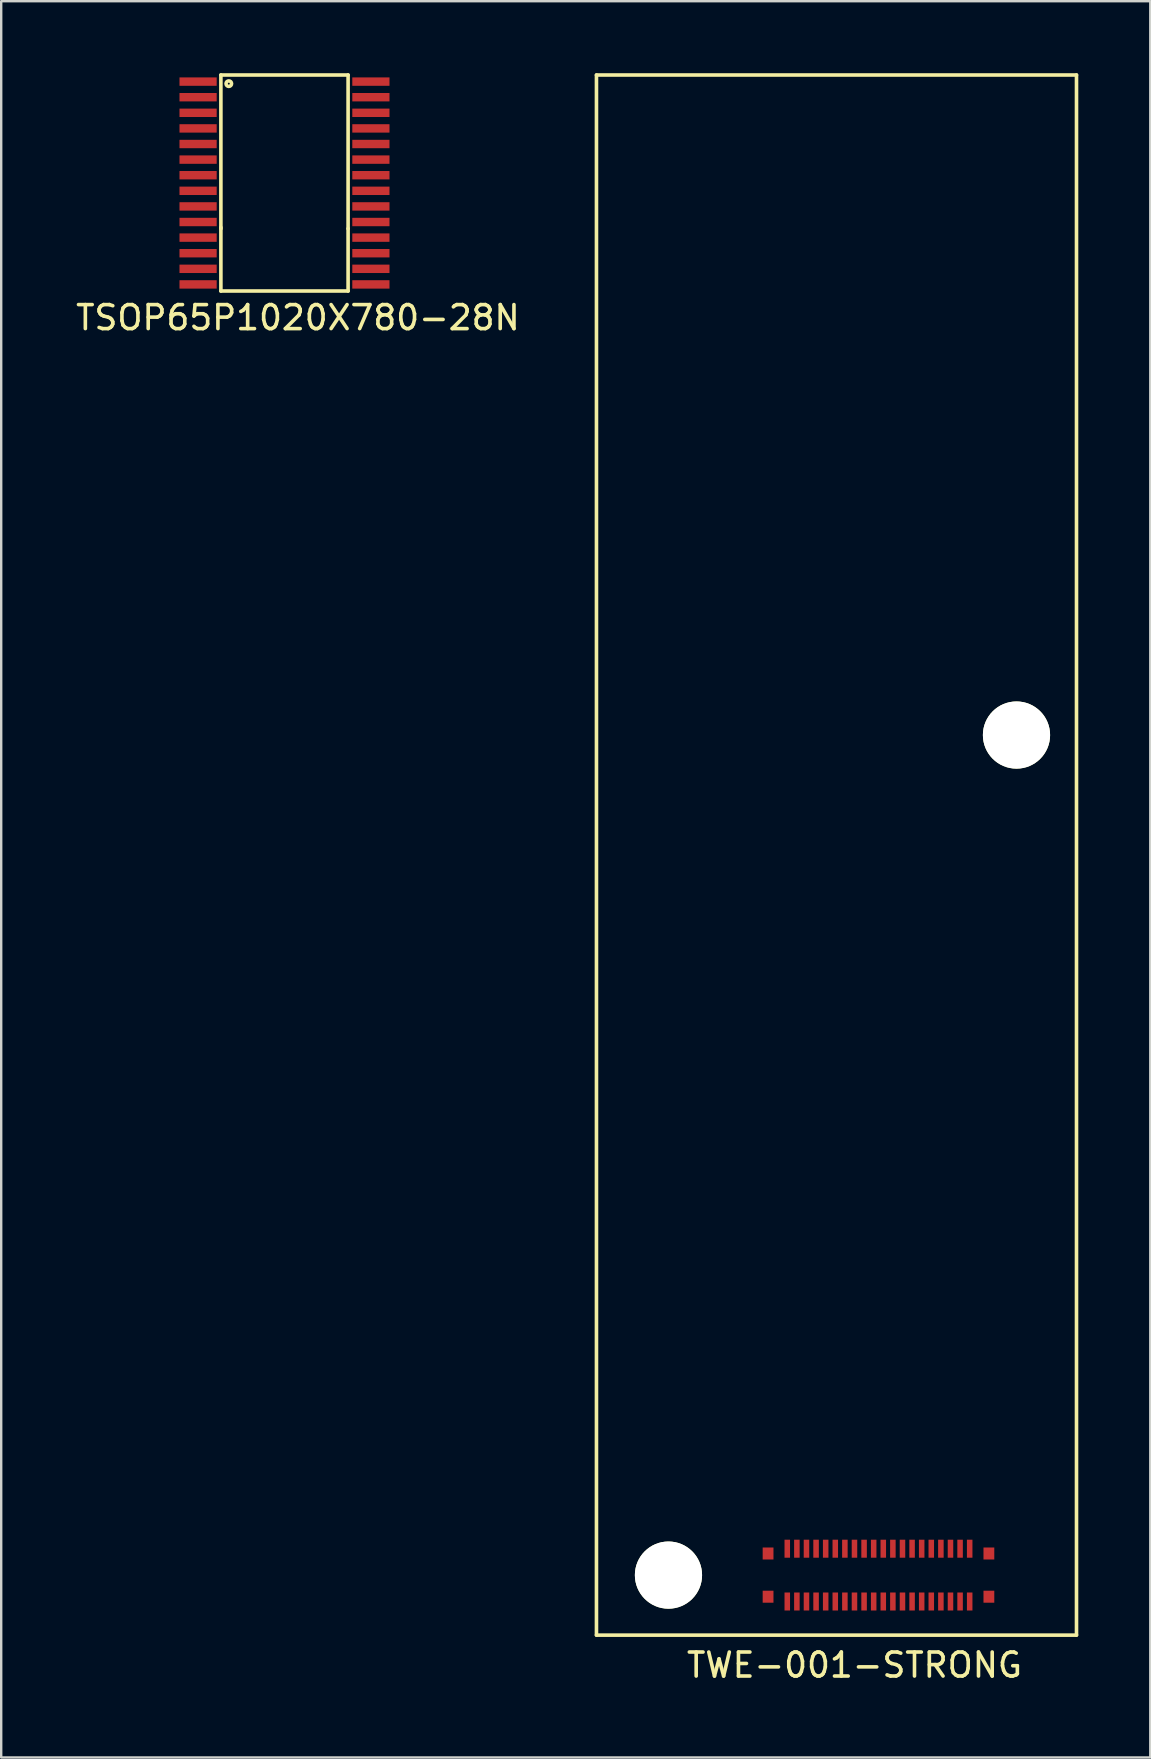
<source format=kicad_pcb>
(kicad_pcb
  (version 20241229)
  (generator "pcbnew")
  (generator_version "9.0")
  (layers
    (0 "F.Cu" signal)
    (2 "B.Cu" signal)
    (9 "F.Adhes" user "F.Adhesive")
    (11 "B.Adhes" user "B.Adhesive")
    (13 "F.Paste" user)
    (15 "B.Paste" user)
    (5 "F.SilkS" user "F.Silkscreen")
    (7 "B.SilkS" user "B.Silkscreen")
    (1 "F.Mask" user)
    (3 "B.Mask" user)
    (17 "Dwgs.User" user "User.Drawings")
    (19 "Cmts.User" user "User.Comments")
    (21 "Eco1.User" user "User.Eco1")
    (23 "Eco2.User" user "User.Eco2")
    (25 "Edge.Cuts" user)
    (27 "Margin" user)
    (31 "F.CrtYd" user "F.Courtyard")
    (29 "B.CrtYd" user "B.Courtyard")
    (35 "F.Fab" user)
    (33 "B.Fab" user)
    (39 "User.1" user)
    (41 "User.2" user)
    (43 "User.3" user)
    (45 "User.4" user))
  (footprint "TWE-001-STRONG"
    (layer "F.Cu")
    (at 31.801 30.075)
    (property "Reference" "TWE-001-STRONG" (at 0.75 36.25 0) (layer "F.SilkS") (effects (font (size 1 1) (thickness 0.15))))
    (attr through_hole)
    (fp_line (start -10 -30) (end -10 35) (stroke (width 0.15) (type solid)) (layer "F.SilkS"))
    (fp_line (start -10 -30) (end 10 -30) (stroke (width 0.15) (type solid)) (layer "F.SilkS"))
    (fp_line (start -10 35) (end 10 35) (stroke (width 0.15) (type solid)) (layer "F.SilkS"))
    (fp_line (start 10 35) (end 10 -30) (stroke (width 0.15) (type solid)) (layer "F.SilkS"))
    (pad "" np_thru_hole circle (at -7 32.5) (size 2.8 2.8) (drill 2.8) (layers "*.Cu" "*.Mask" "F.SilkS"))
    (pad "" np_thru_hole circle (at 7.5 -2.5) (size 2.8 2.8) (drill 2.8) (layers "*.Cu" "*.Mask" "F.SilkS"))
    (pad "1" smd rect (at 5.55 33.6) (size 0.23 0.75) (layers "F.Cu" "F.Mask" "F.Paste"))
    (pad "2" smd rect (at 5.55 31.4) (size 0.23 0.75) (layers "F.Cu" "F.Mask" "F.Paste"))
    (pad "3" smd rect (at 5.15 33.6) (size 0.23 0.75) (layers "F.Cu" "F.Mask" "F.Paste"))
    (pad "4" smd rect (at 5.15 31.4) (size 0.23 0.75) (layers "F.Cu" "F.Mask" "F.Paste"))
    (pad "5" smd rect (at 4.75 33.6) (size 0.23 0.75) (layers "F.Cu" "F.Mask" "F.Paste"))
    (pad "6" smd rect (at 4.75 31.4) (size 0.23 0.75) (layers "F.Cu" "F.Mask" "F.Paste"))
    (pad "7" smd rect (at 4.35 33.6) (size 0.23 0.75) (layers "F.Cu" "F.Mask" "F.Paste"))
    (pad "8" smd rect (at 4.35 31.4) (size 0.23 0.75) (layers "F.Cu" "F.Mask" "F.Paste"))
    (pad "9" smd rect (at 3.95 33.6) (size 0.23 0.75) (layers "F.Cu" "F.Mask" "F.Paste"))
    (pad "10" smd rect (at 3.95 31.4) (size 0.23 0.75) (layers "F.Cu" "F.Mask" "F.Paste"))
    (pad "11" smd rect (at 3.55 33.6) (size 0.23 0.75) (layers "F.Cu" "F.Mask" "F.Paste"))
    (pad "12" smd rect (at 3.55 31.4) (size 0.23 0.75) (layers "F.Cu" "F.Mask" "F.Paste"))
    (pad "13" smd rect (at 3.15 33.6) (size 0.23 0.75) (layers "F.Cu" "F.Mask" "F.Paste"))
    (pad "14" smd rect (at 3.15 31.4) (size 0.23 0.75) (layers "F.Cu" "F.Mask" "F.Paste"))
    (pad "15" smd rect (at 2.75 33.6) (size 0.23 0.75) (layers "F.Cu" "F.Mask" "F.Paste"))
    (pad "16" smd rect (at 2.75 31.4) (size 0.23 0.75) (layers "F.Cu" "F.Mask" "F.Paste"))
    (pad "17" smd rect (at 2.35 33.6) (size 0.23 0.75) (layers "F.Cu" "F.Mask" "F.Paste"))
    (pad "18" smd rect (at 2.35 31.4) (size 0.23 0.75) (layers "F.Cu" "F.Mask" "F.Paste"))
    (pad "19" smd rect (at 1.95 33.6) (size 0.23 0.75) (layers "F.Cu" "F.Mask" "F.Paste"))
    (pad "20" smd rect (at 1.95 31.4) (size 0.23 0.75) (layers "F.Cu" "F.Mask" "F.Paste"))
    (pad "21" smd rect (at 1.55 33.6) (size 0.23 0.75) (layers "F.Cu" "F.Mask" "F.Paste"))
    (pad "22" smd rect (at 1.55 31.4) (size 0.23 0.75) (layers "F.Cu" "F.Mask" "F.Paste"))
    (pad "23" smd rect (at 1.15 33.6) (size 0.23 0.75) (layers "F.Cu" "F.Mask" "F.Paste"))
    (pad "24" smd rect (at 1.15 31.4) (size 0.23 0.75) (layers "F.Cu" "F.Mask" "F.Paste"))
    (pad "25" smd rect (at 0.75 33.6) (size 0.23 0.75) (layers "F.Cu" "F.Mask" "F.Paste"))
    (pad "26" smd rect (at 0.75 31.4) (size 0.23 0.75) (layers "F.Cu" "F.Mask" "F.Paste"))
    (pad "27" smd rect (at 0.35 33.6) (size 0.23 0.75) (layers "F.Cu" "F.Mask" "F.Paste"))
    (pad "28" smd rect (at 0.35 31.4) (size 0.23 0.75) (layers "F.Cu" "F.Mask" "F.Paste"))
    (pad "29" smd rect (at -0.05 33.6) (size 0.23 0.75) (layers "F.Cu" "F.Mask" "F.Paste"))
    (pad "30" smd rect (at -0.05 31.4) (size 0.23 0.75) (layers "F.Cu" "F.Mask" "F.Paste"))
    (pad "31" smd rect (at -0.45 33.6) (size 0.23 0.75) (layers "F.Cu" "F.Mask" "F.Paste"))
    (pad "32" smd rect (at -0.45 31.4) (size 0.23 0.75) (layers "F.Cu" "F.Mask" "F.Paste"))
    (pad "33" smd rect (at -0.85 33.6) (size 0.23 0.75) (layers "F.Cu" "F.Mask" "F.Paste"))
    (pad "34" smd rect (at -0.85 31.4) (size 0.23 0.75) (layers "F.Cu" "F.Mask" "F.Paste"))
    (pad "35" smd rect (at -1.25 33.6) (size 0.23 0.75) (layers "F.Cu" "F.Mask" "F.Paste"))
    (pad "36" smd rect (at -1.25 31.4) (size 0.23 0.75) (layers "F.Cu" "F.Mask" "F.Paste"))
    (pad "37" smd rect (at -1.65 33.6) (size 0.23 0.75) (layers "F.Cu" "F.Mask" "F.Paste"))
    (pad "38" smd rect (at -1.65 31.4) (size 0.23 0.75) (layers "F.Cu" "F.Mask" "F.Paste"))
    (pad "39" smd rect (at -2.05 33.6) (size 0.23 0.75) (layers "F.Cu" "F.Mask" "F.Paste"))
    (pad "40" smd rect (at -2.05 31.4) (size 0.23 0.75) (layers "F.Cu" "F.Mask" "F.Paste"))
    (pad "42" smd rect (at 6.35 33.4) (size 0.45 0.5) (layers "F.Cu" "F.Mask" "F.Paste"))
    (pad "43" smd rect (at 6.35 31.6) (size 0.45 0.5) (layers "F.Cu" "F.Mask" "F.Paste"))
    (pad "44" smd rect (at -2.85 33.4) (size 0.45 0.5) (layers "F.Cu" "F.Mask" "F.Paste"))
    (pad "45" smd rect (at -2.85 31.6) (size 0.45 0.5) (layers "F.Cu" "F.Mask" "F.Paste")))
  (footprint "TSOP65P1020X780-28N"
    (layer "F.Cu")
    (at 8.803 4.575)
    (property "Reference" "TSOP65P1020X780-28N" (at 0.56 5.61 0) (layer "F.SilkS") (effects (font (size 1 1) (thickness 0.15))))
    (attr through_hole)
    (fp_line (start -2.65 -4.5) (end 2.65 -4.5) (stroke (width 0.15) (type solid)) (layer "F.SilkS"))
    (fp_line (start -2.65 1.85) (end -2.65 4.5) (stroke (width 0.15) (type solid)) (layer "F.SilkS"))
    (fp_line (start -2.65 1.9) (end -2.65 -4.5) (stroke (width 0.15) (type solid)) (layer "F.SilkS"))
    (fp_line (start 2.65 -4.5) (end 2.65 1.9) (stroke (width 0.15) (type solid)) (layer "F.SilkS"))
    (fp_line (start 2.65 1.9) (end 2.65 4.5) (stroke (width 0.15) (type solid)) (layer "F.SilkS"))
    (fp_line (start 2.65 4.5) (end -2.65 4.5) (stroke (width 0.15) (type solid)) (layer "F.SilkS"))
    (fp_circle (center -2.32 -4.14) (end -2.28 -4.14) (stroke (width 0.15) (type solid)) (fill no) (layer "F.SilkS"))
    (pad "1" smd rect (at -3.6 -4.225 90) (size 0.35 1.55) (layers "F.Cu" "F.Mask" "F.Paste"))
    (pad "2" smd rect (at -3.6 -3.575 90) (size 0.35 1.55) (layers "F.Cu" "F.Mask" "F.Paste"))
    (pad "3" smd rect (at -3.6 -2.925 90) (size 0.35 1.55) (layers "F.Cu" "F.Mask" "F.Paste"))
    (pad "4" smd rect (at -3.6 -2.275 90) (size 0.35 1.55) (layers "F.Cu" "F.Mask" "F.Paste"))
    (pad "5" smd rect (at -3.6 -1.625 90) (size 0.35 1.55) (layers "F.Cu" "F.Mask" "F.Paste"))
    (pad "6" smd rect (at -3.6 -0.975 90) (size 0.35 1.55) (layers "F.Cu" "F.Mask" "F.Paste"))
    (pad "7" smd rect (at -3.6 -0.325 90) (size 0.35 1.55) (layers "F.Cu" "F.Mask" "F.Paste"))
    (pad "8" smd rect (at -3.6 0.325 90) (size 0.35 1.55) (layers "F.Cu" "F.Mask" "F.Paste"))
    (pad "9" smd rect (at -3.6 0.975 90) (size 0.35 1.55) (layers "F.Cu" "F.Mask" "F.Paste"))
    (pad "10" smd rect (at -3.6 1.625 90) (size 0.35 1.55) (layers "F.Cu" "F.Mask" "F.Paste"))
    (pad "11" smd rect (at -3.6 2.275 90) (size 0.35 1.55) (layers "F.Cu" "F.Mask" "F.Paste"))
    (pad "12" smd rect (at -3.6 2.925 90) (size 0.35 1.55) (layers "F.Cu" "F.Mask" "F.Paste"))
    (pad "13" smd rect (at -3.6 3.575 90) (size 0.35 1.55) (layers "F.Cu" "F.Mask" "F.Paste"))
    (pad "14" smd rect (at -3.6 4.225 90) (size 0.35 1.55) (layers "F.Cu" "F.Mask" "F.Paste"))
    (pad "15" smd rect (at 3.6 4.225 90) (size 0.35 1.55) (layers "F.Cu" "F.Mask" "F.Paste"))
    (pad "16" smd rect (at 3.6 3.575 90) (size 0.35 1.55) (layers "F.Cu" "F.Mask" "F.Paste"))
    (pad "17" smd rect (at 3.6 2.925 90) (size 0.35 1.55) (layers "F.Cu" "F.Mask" "F.Paste"))
    (pad "18" smd rect (at 3.6 2.275 90) (size 0.35 1.55) (layers "F.Cu" "F.Mask" "F.Paste"))
    (pad "19" smd rect (at 3.6 1.625 90) (size 0.35 1.55) (layers "F.Cu" "F.Mask" "F.Paste"))
    (pad "20" smd rect (at 3.6 0.975 90) (size 0.35 1.55) (layers "F.Cu" "F.Mask" "F.Paste"))
    (pad "21" smd rect (at 3.6 0.325 90) (size 0.35 1.55) (layers "F.Cu" "F.Mask" "F.Paste"))
    (pad "22" smd rect (at 3.6 -0.325 90) (size 0.35 1.55) (layers "F.Cu" "F.Mask" "F.Paste"))
    (pad "23" smd rect (at 3.6 -0.975 90) (size 0.35 1.55) (layers "F.Cu" "F.Mask" "F.Paste"))
    (pad "24" smd rect (at 3.6 -1.625 90) (size 0.35 1.55) (layers "F.Cu" "F.Mask" "F.Paste"))
    (pad "25" smd rect (at 3.6 -2.275 90) (size 0.35 1.55) (layers "F.Cu" "F.Mask" "F.Paste"))
    (pad "26" smd rect (at 3.6 -2.925 90) (size 0.35 1.55) (layers "F.Cu" "F.Mask" "F.Paste"))
    (pad "27" smd rect (at 3.6 -3.575 90) (size 0.35 1.55) (layers "F.Cu" "F.Mask" "F.Paste"))
    (pad "28" smd rect (at 3.6 -4.225 90) (size 0.35 1.55) (layers "F.Cu" "F.Mask" "F.Paste")))
  (gr_rect
    (start -3 -3)
    (end 44.876 70.173)
    (stroke (width 0.1) (type default))
    (fill no)
    (layer "Edge.Cuts")))
</source>
